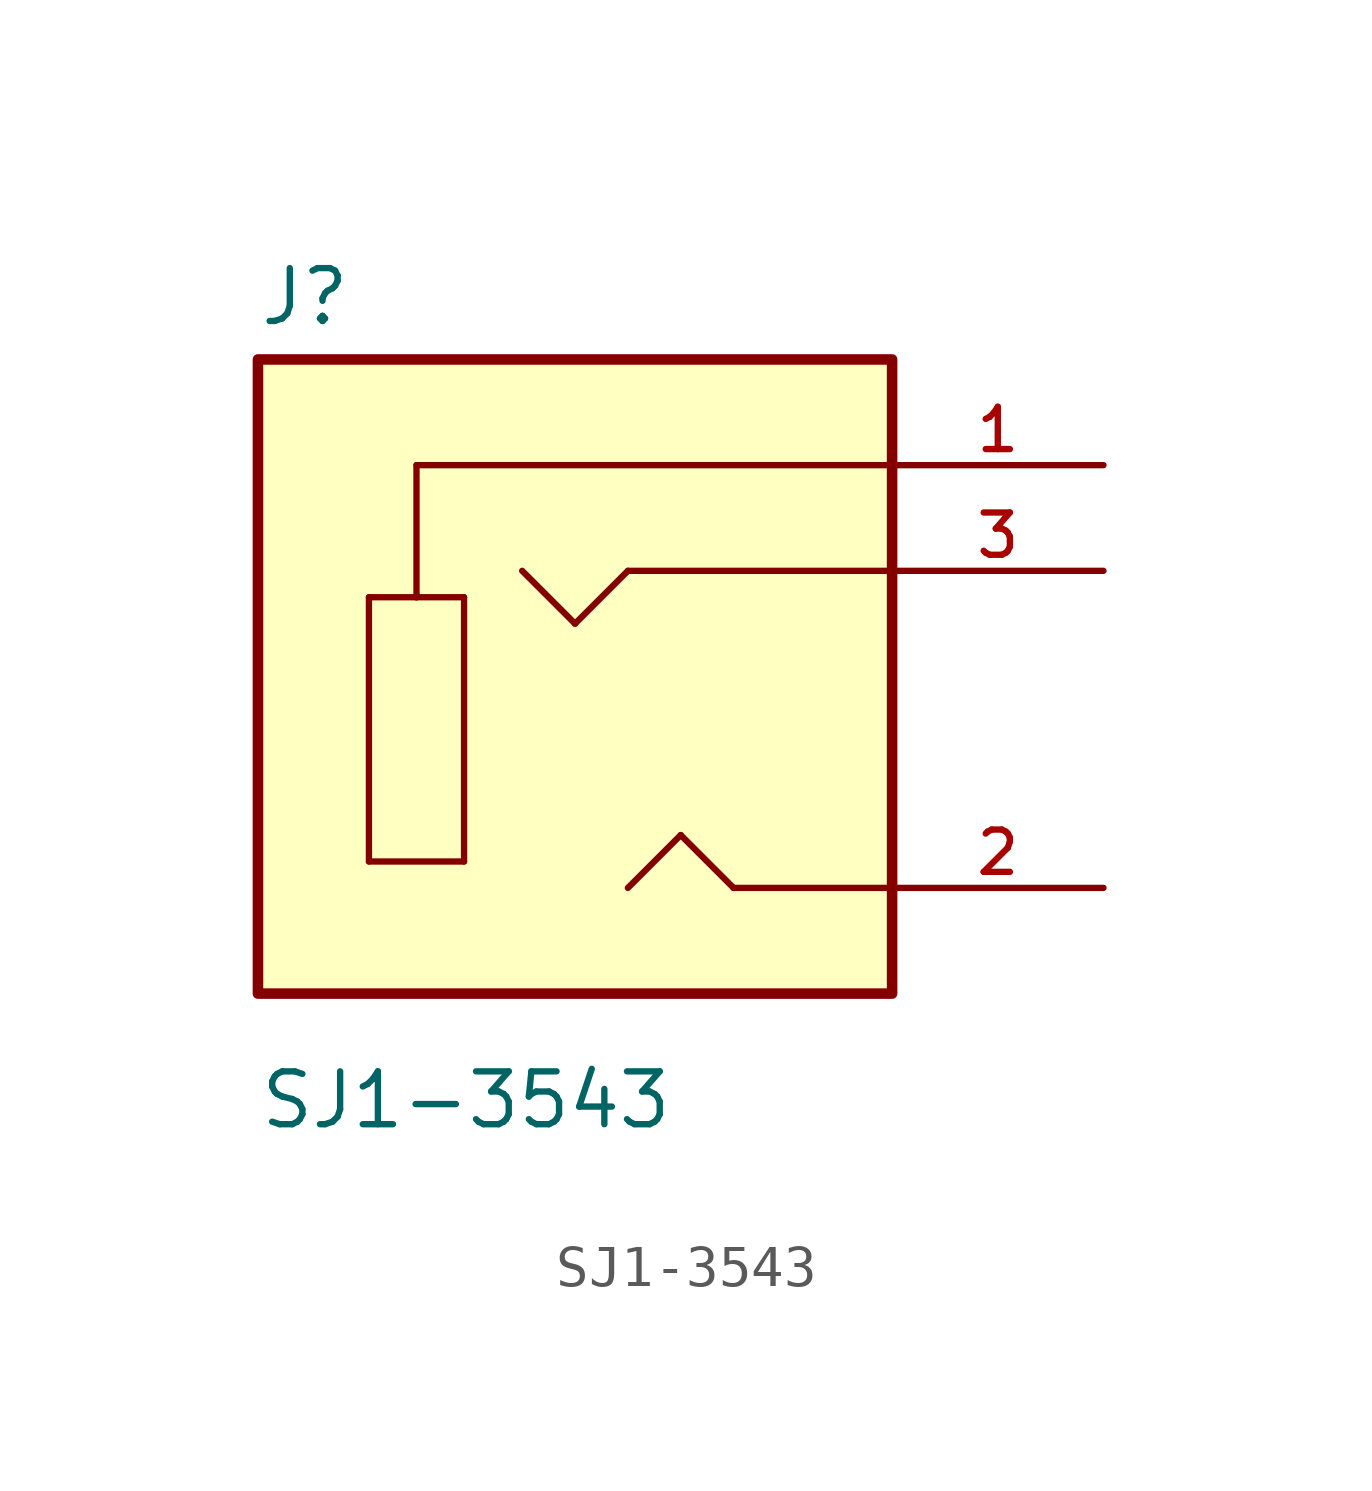
<source format=kicad_sym>
(kicad_symbol_lib
  (version 20211014)
  (generator kicad_symbol_editor)
  (symbol "SJ1-3543"
    (pin_names
      (offset 1.016) hide)
    (property "Reference" "J"
      (at -7.62 8.382 0)
      (effects (font (size 1.27 1.27)) (justify left bottom)))
    (property "Value" "SJ1-3543"
      (at -7.62 -10.922 0)
      (effects (font (size 1.27 1.27)) (justify left bottom)))
    (property "ki_locked" ""
      (at 0 0 0)
      (effects (font (size 1.27 1.27))))
    (symbol "SJ1-3543_0_0"
      (rectangle (start -7.62 -7.62) (end 7.62 7.62) (stroke (width 0.254) (type default) (color 0 0 0 0)) (fill (type background)))
      (polyline (pts (xy -4.953 -4.445) (xy -4.953 1.905)) (stroke (width 0.152) (type default) (color 0 0 0 0)) (fill (type none)))
      (polyline (pts (xy -4.953 1.905) (xy -3.81 1.905)) (stroke (width 0.152) (type default) (color 0 0 0 0)) (fill (type none)))
      (polyline (pts (xy -3.81 1.905) (xy -2.667 1.905)) (stroke (width 0.152) (type default) (color 0 0 0 0)) (fill (type none)))
      (polyline (pts (xy -3.81 5.08) (xy -3.81 1.905)) (stroke (width 0.152) (type default) (color 0 0 0 0)) (fill (type none)))
      (polyline (pts (xy -2.667 -4.445) (xy -4.953 -4.445)) (stroke (width 0.152) (type default) (color 0 0 0 0)) (fill (type none)))
      (polyline (pts (xy -2.667 1.905) (xy -2.667 -4.445)) (stroke (width 0.152) (type default) (color 0 0 0 0)) (fill (type none)))
      (polyline (pts (xy 0 1.27) (xy -1.27 2.54)) (stroke (width 0.152) (type default) (color 0 0 0 0)) (fill (type none)))
      (polyline (pts (xy 1.27 2.54) (xy 0 1.27)) (stroke (width 0.152) (type default) (color 0 0 0 0)) (fill (type none)))
      (polyline (pts (xy 2.54 -3.81) (xy 1.27 -5.08)) (stroke (width 0.152) (type default) (color 0 0 0 0)) (fill (type none)))
      (polyline (pts (xy 3.81 -5.08) (xy 2.54 -3.81)) (stroke (width 0.152) (type default) (color 0 0 0 0)) (fill (type none)))
      (polyline (pts (xy 7.62 -5.08) (xy 3.81 -5.08)) (stroke (width 0.152) (type default) (color 0 0 0 0)) (fill (type none)))
      (polyline (pts (xy 7.62 2.54) (xy 1.27 2.54)) (stroke (width 0.152) (type default) (color 0 0 0 0)) (fill (type none)))
      (polyline (pts (xy 7.62 5.08) (xy -3.81 5.08)) (stroke (width 0.152) (type default) (color 0 0 0 0)) (fill (type none)))
      (pin passive line (at 12.7 5.08 180) (length 5.08) (name "~" (effects (font (size 1.016 1.016)))) (number "1" (effects (font (size 1.016 1.016)))))
      (pin passive line (at 12.7 -5.08 180) (length 5.08) (name "~" (effects (font (size 1.016 1.016)))) (number "2" (effects (font (size 1.016 1.016)))))
      (pin passive line (at 12.7 2.54 180) (length 5.08) (name "~" (effects (font (size 1.016 1.016)))) (number "3" (effects (font (size 1.016 1.016))))))))
</source>
